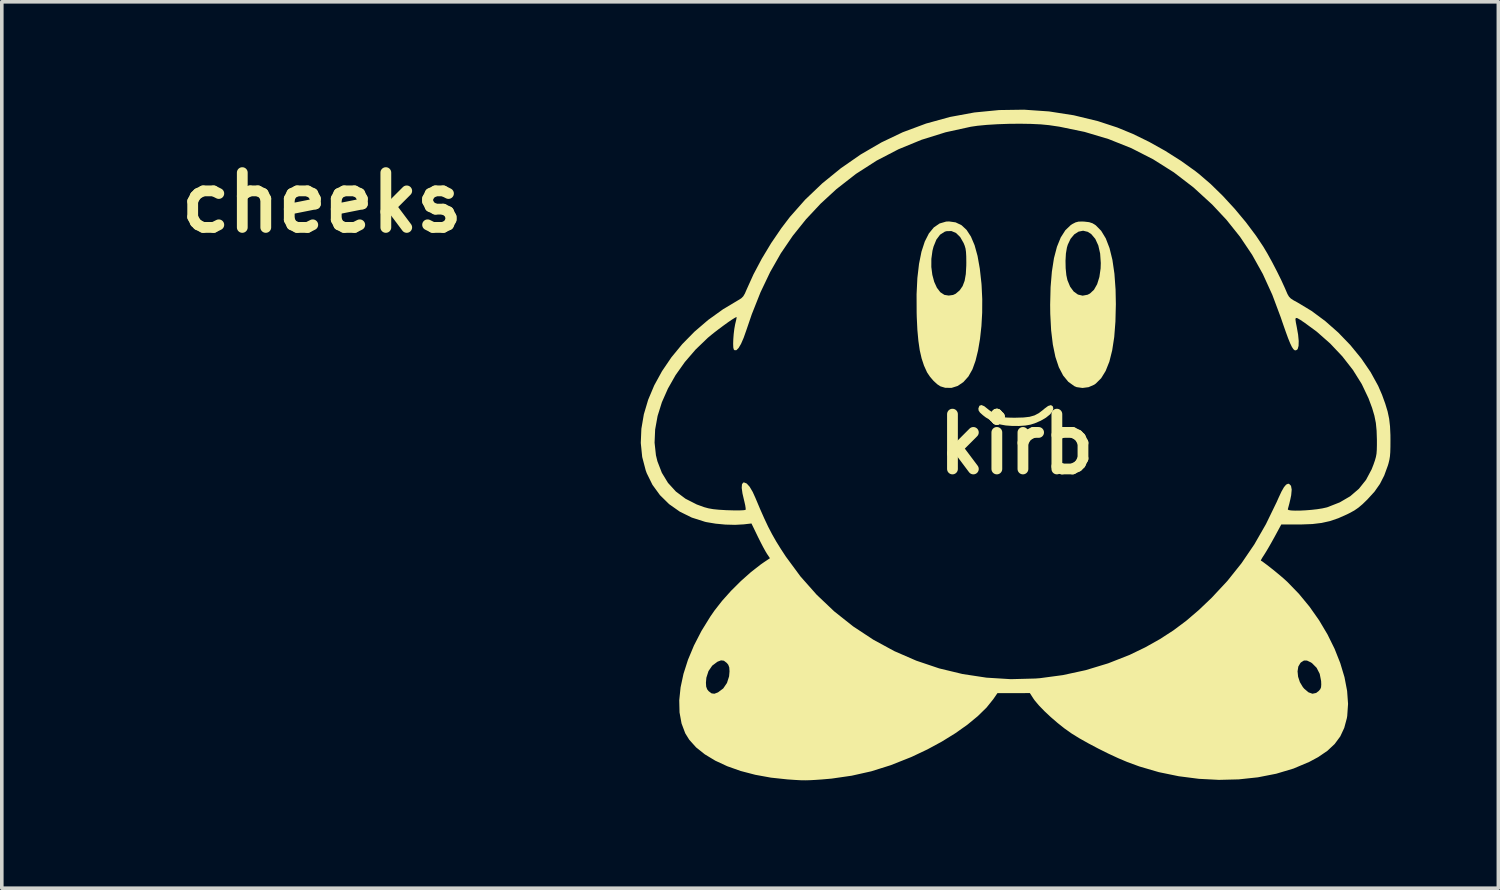
<source format=kicad_pcb>
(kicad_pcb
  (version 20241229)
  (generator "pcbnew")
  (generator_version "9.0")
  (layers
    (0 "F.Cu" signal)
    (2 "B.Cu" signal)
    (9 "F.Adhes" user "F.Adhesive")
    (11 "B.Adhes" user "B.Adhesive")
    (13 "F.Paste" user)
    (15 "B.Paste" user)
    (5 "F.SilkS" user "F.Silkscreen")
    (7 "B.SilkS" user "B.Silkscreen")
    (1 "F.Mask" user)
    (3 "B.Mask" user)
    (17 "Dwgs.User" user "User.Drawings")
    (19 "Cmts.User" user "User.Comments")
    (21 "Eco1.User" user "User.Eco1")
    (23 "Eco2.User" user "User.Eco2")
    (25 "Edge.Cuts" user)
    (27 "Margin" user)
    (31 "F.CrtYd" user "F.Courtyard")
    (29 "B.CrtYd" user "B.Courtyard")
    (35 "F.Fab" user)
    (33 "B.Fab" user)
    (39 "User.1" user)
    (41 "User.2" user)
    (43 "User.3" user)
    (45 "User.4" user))
  (footprint "cheeks"
    (layer "F.Cu")
    (at 5.9 2.584)
    (property "Reference" "cheeks" (at 0 0 0) (layer "F.SilkS") (effects (font (size 1.524 1.524) (thickness 0.3))))
    (attr board_only exclude_from_pos_files exclude_from_bom)
    (fp_poly (pts (xy 4.85 -2.512) (xy 5.143 -2.449) (xy 5.394 -2.345) (xy 5.6 -2.2) (xy 5.662 -2.139) (xy 5.754 -2.025) (xy 5.803 -1.917) (xy 5.817 -1.792) (xy 5.811 -1.686) (xy 5.765 -1.527) (xy 5.663 -1.376) (xy 5.512 -1.24) (xy 5.318 -1.124) (xy 5.114 -1.043) (xy 4.982 -1.014) (xy 4.807 -0.993) (xy 4.611 -0.982) (xy 4.412 -0.98) (xy 4.229 -0.988) (xy 4.081 -1.008) (xy 4.039 -1.017) (xy 3.823 -1.088) (xy 3.65 -1.172) (xy 3.501 -1.279) (xy 3.446 -1.328) (xy 3.317 -1.48) (xy 3.246 -1.636) (xy 3.23 -1.792) (xy 3.266 -1.944) (xy 3.348 -2.087) (xy 3.474 -2.217) (xy 3.64 -2.33) (xy 3.842 -2.423) (xy 4.076 -2.489) (xy 4.34 -2.527) (xy 4.515 -2.534)) (stroke (width 0.1) (type solid)) (fill no) (layer "Eco1.User"))
    (fp_poly (pts (xy -4.46 -2.526) (xy -4.222 -2.509) (xy -4.028 -2.476) (xy -3.857 -2.423) (xy -3.693 -2.345) (xy -3.63 -2.308) (xy -3.454 -2.176) (xy -3.335 -2.029) (xy -3.272 -1.873) (xy -3.261 -1.714) (xy -3.302 -1.556) (xy -3.392 -1.407) (xy -3.528 -1.27) (xy -3.71 -1.151) (xy -3.934 -1.056) (xy -4.123 -1.005) (xy -4.271 -0.984) (xy -4.454 -0.975) (xy -4.651 -0.975) (xy -4.838 -0.986) (xy -4.992 -1.007) (xy -5.021 -1.013) (xy -5.275 -1.095) (xy -5.488 -1.204) (xy -5.657 -1.335) (xy -5.775 -1.486) (xy -5.839 -1.651) (xy -5.85 -1.752) (xy -5.819 -1.93) (xy -5.729 -2.092) (xy -5.578 -2.237) (xy -5.367 -2.366) (xy -5.335 -2.381) (xy -5.156 -2.455) (xy -4.977 -2.502) (xy -4.78 -2.525) (xy -4.546 -2.529)) (stroke (width 0.1) (type solid)) (fill no) (layer "Eco1.User")))
  (footprint "kirb"
    (layer "F.Cu")
    (at 25.211 9.3)
    (property "Reference" "kirb" (at 0 0 0) (layer "F.SilkS") (effects (font (size 1.524 1.524) (thickness 0.3))))
    (attr board_only exclude_from_pos_files exclude_from_bom)
    (fp_poly (pts (xy -0.893 -1.055) (xy -0.833 -1.007) (xy -0.749 -0.94) (xy -0.638 -0.867) (xy -0.563 -0.825) (xy -0.485 -0.787) (xy -0.416 -0.762) (xy -0.34 -0.746) (xy -0.242 -0.739) (xy -0.104 -0.736) (xy -0.016 -0.736) (xy 0.199 -0.742) (xy 0.366 -0.761) (xy 0.503 -0.8) (xy 0.623 -0.863) (xy 0.743 -0.955) (xy 0.778 -0.986) (xy 0.881 -1.062) (xy 0.959 -1.086) (xy 1.008 -1.056) (xy 1.026 -0.998) (xy 1.006 -0.917) (xy 0.935 -0.828) (xy 0.822 -0.737) (xy 0.678 -0.653) (xy 0.512 -0.581) (xy 0.391 -0.543) (xy 0.25 -0.518) (xy 0.072 -0.506) (xy -0.118 -0.507) (xy -0.295 -0.52) (xy -0.436 -0.545) (xy -0.438 -0.545) (xy -0.655 -0.625) (xy -0.854 -0.745) (xy -0.932 -0.805) (xy -1.014 -0.879) (xy -1.052 -0.938) (xy -1.057 -0.996) (xy -1.029 -1.068) (xy -0.972 -1.088)) (stroke (width 0) (type solid)) (fill yes) (layer "F.SilkS"))
    (fp_poly (pts (xy 1.89 -6.188) (xy 2.021 -6.173) (xy 2.116 -6.142) (xy 2.204 -6.087) (xy 2.205 -6.087) (xy 2.357 -5.932) (xy 2.485 -5.721) (xy 2.589 -5.451) (xy 2.669 -5.125) (xy 2.725 -4.74) (xy 2.757 -4.298) (xy 2.765 -3.894) (xy 2.753 -3.408) (xy 2.72 -2.98) (xy 2.663 -2.609) (xy 2.584 -2.294) (xy 2.481 -2.036) (xy 2.356 -1.833) (xy 2.207 -1.685) (xy 2.162 -1.653) (xy 2.006 -1.585) (xy 1.837 -1.563) (xy 1.675 -1.586) (xy 1.611 -1.613) (xy 1.443 -1.734) (xy 1.299 -1.909) (xy 1.179 -2.14) (xy 1.084 -2.426) (xy 1.013 -2.768) (xy 0.965 -3.167) (xy 0.941 -3.623) (xy 0.938 -3.879) (xy 0.95 -4.366) (xy 0.986 -4.797) (xy 1.033 -5.101) (xy 1.365 -5.101) (xy 1.369 -4.893) (xy 1.388 -4.7) (xy 1.418 -4.561) (xy 1.493 -4.38) (xy 1.592 -4.245) (xy 1.71 -4.16) (xy 1.841 -4.129) (xy 1.979 -4.155) (xy 2.045 -4.189) (xy 2.157 -4.294) (xy 2.245 -4.449) (xy 2.307 -4.649) (xy 2.341 -4.886) (xy 2.346 -5.036) (xy 2.328 -5.3) (xy 2.277 -5.525) (xy 2.193 -5.708) (xy 2.08 -5.842) (xy 1.984 -5.904) (xy 1.854 -5.935) (xy 1.726 -5.909) (xy 1.607 -5.832) (xy 1.505 -5.709) (xy 1.428 -5.546) (xy 1.404 -5.466) (xy 1.376 -5.3) (xy 1.365 -5.101) (xy 1.033 -5.101) (xy 1.044 -5.171) (xy 1.127 -5.488) (xy 1.232 -5.747) (xy 1.361 -5.949) (xy 1.513 -6.094) (xy 1.557 -6.122) (xy 1.645 -6.167) (xy 1.727 -6.188) (xy 1.832 -6.191)) (stroke (width 0) (type solid)) (fill yes) (layer "F.SilkS"))
    (fp_poly (pts (xy -1.69 -6.167) (xy -1.527 -6.089) (xy -1.386 -5.958) (xy -1.265 -5.772) (xy -1.163 -5.532) (xy -1.081 -5.235) (xy -1.018 -4.88) (xy -0.972 -4.466) (xy -0.968 -4.411) (xy -0.95 -4.034) (xy -0.952 -3.655) (xy -0.973 -3.283) (xy -1.012 -2.929) (xy -1.067 -2.605) (xy -1.137 -2.319) (xy -1.221 -2.085) (xy -1.221 -2.084) (xy -1.335 -1.882) (xy -1.475 -1.726) (xy -1.633 -1.619) (xy -1.804 -1.565) (xy -1.981 -1.568) (xy -2.111 -1.607) (xy -2.202 -1.666) (xy -2.305 -1.761) (xy -2.403 -1.875) (xy -2.48 -1.989) (xy -2.488 -2.004) (xy -2.57 -2.185) (xy -2.636 -2.385) (xy -2.688 -2.612) (xy -2.726 -2.875) (xy -2.754 -3.18) (xy -2.771 -3.537) (xy -2.774 -3.663) (xy -2.776 -4.168) (xy -2.754 -4.619) (xy -2.718 -4.926) (xy -2.366 -4.926) (xy -2.338 -4.709) (xy -2.286 -4.514) (xy -2.211 -4.349) (xy -2.116 -4.225) (xy -2.004 -4.152) (xy -2.002 -4.151) (xy -1.883 -4.132) (xy -1.761 -4.149) (xy -1.688 -4.183) (xy -1.577 -4.278) (xy -1.496 -4.395) (xy -1.44 -4.542) (xy -1.407 -4.729) (xy -1.394 -4.964) (xy -1.393 -5.052) (xy -1.395 -5.222) (xy -1.402 -5.345) (xy -1.415 -5.439) (xy -1.438 -5.518) (xy -1.468 -5.592) (xy -1.564 -5.759) (xy -1.679 -5.872) (xy -1.807 -5.926) (xy -1.947 -5.922) (xy -1.995 -5.907) (xy -2.122 -5.825) (xy -2.226 -5.687) (xy -2.304 -5.495) (xy -2.334 -5.38) (xy -2.365 -5.153) (xy -2.366 -4.926) (xy -2.718 -4.926) (xy -2.708 -5.013) (xy -2.64 -5.352) (xy -2.548 -5.634) (xy -2.434 -5.859) (xy -2.297 -6.026) (xy -2.137 -6.136) (xy -1.955 -6.189) (xy -1.874 -6.193)) (stroke (width 0) (type solid)) (fill yes) (layer "F.SilkS"))
    (fp_poly (pts (xy 0.906 -9.252) (xy 1.593 -9.145) (xy 2.269 -8.981) (xy 2.804 -8.805) (xy 3.237 -8.627) (xy 3.688 -8.407) (xy 4.139 -8.155) (xy 4.573 -7.88) (xy 4.974 -7.593) (xy 5.067 -7.52) (xy 5.397 -7.237) (xy 5.733 -6.909) (xy 6.065 -6.549) (xy 6.379 -6.173) (xy 6.663 -5.794) (xy 6.864 -5.493) (xy 6.981 -5.296) (xy 7.11 -5.062) (xy 7.24 -4.812) (xy 7.362 -4.565) (xy 7.463 -4.344) (xy 7.492 -4.277) (xy 7.537 -4.173) (xy 7.578 -4.103) (xy 7.629 -4.05) (xy 7.707 -3.999) (xy 7.817 -3.939) (xy 8.207 -3.704) (xy 8.586 -3.423) (xy 8.947 -3.105) (xy 9.283 -2.757) (xy 9.585 -2.388) (xy 9.846 -2.007) (xy 10.058 -1.622) (xy 10.166 -1.373) (xy 10.256 -1.124) (xy 10.321 -0.909) (xy 10.364 -0.706) (xy 10.388 -0.495) (xy 10.399 -0.254) (xy 10.4 -0.125) (xy 10.399 0.071) (xy 10.395 0.22) (xy 10.386 0.337) (xy 10.37 0.435) (xy 10.347 0.53) (xy 10.328 0.594) (xy 10.227 0.871) (xy 10.107 1.106) (xy 9.956 1.321) (xy 9.759 1.537) (xy 9.758 1.538) (xy 9.623 1.669) (xy 9.508 1.766) (xy 9.395 1.844) (xy 9.263 1.916) (xy 9.193 1.951) (xy 8.95 2.059) (xy 8.719 2.138) (xy 8.485 2.19) (xy 8.229 2.221) (xy 7.934 2.232) (xy 7.851 2.232) (xy 7.365 2.232) (xy 7.183 2.568) (xy 7.1 2.718) (xy 7.016 2.865) (xy 6.941 2.992) (xy 6.894 3.067) (xy 6.839 3.152) (xy 6.804 3.213) (xy 6.795 3.235) (xy 6.86 3.278) (xy 6.961 3.353) (xy 7.083 3.448) (xy 7.216 3.555) (xy 7.346 3.663) (xy 7.461 3.763) (xy 7.531 3.827) (xy 7.854 4.16) (xy 8.15 4.519) (xy 8.416 4.897) (xy 8.649 5.289) (xy 8.846 5.688) (xy 9.004 6.086) (xy 9.122 6.479) (xy 9.195 6.86) (xy 9.221 7.221) (xy 9.198 7.557) (xy 9.187 7.621) (xy 9.115 7.889) (xy 9.005 8.125) (xy 8.85 8.335) (xy 8.648 8.525) (xy 8.392 8.7) (xy 8.143 8.834) (xy 7.703 9.02) (xy 7.224 9.163) (xy 6.714 9.263) (xy 6.181 9.32) (xy 5.632 9.334) (xy 5.073 9.305) (xy 4.514 9.233) (xy 3.959 9.119) (xy 3.419 8.961) (xy 3.081 8.837) (xy 2.831 8.731) (xy 2.557 8.604) (xy 2.274 8.463) (xy 2 8.318) (xy 1.749 8.177) (xy 1.54 8.048) (xy 1.518 8.033) (xy 1.335 7.903) (xy 1.144 7.751) (xy 0.955 7.588) (xy 0.779 7.423) (xy 0.628 7.267) (xy 0.512 7.13) (xy 0.471 7.072) (xy 0.374 6.921) (xy -0.077 6.922) (xy -0.528 6.923) (xy -0.643 7.09) (xy -0.83 7.323) (xy -1.073 7.561) (xy -1.364 7.801) (xy -1.699 8.038) (xy -2.071 8.268) (xy -2.473 8.486) (xy -2.899 8.688) (xy -2.941 8.706) (xy -3.495 8.926) (xy -4.036 9.096) (xy -4.58 9.218) (xy -5.141 9.299) (xy -5.406 9.322) (xy -5.593 9.335) (xy -5.741 9.343) (xy -5.87 9.346) (xy -5.999 9.344) (xy -6.148 9.336) (xy -6.337 9.323) (xy -6.366 9.321) (xy -6.825 9.272) (xy -7.26 9.193) (xy -7.666 9.087) (xy -8.039 8.955) (xy -8.373 8.8) (xy -8.664 8.624) (xy -8.907 8.43) (xy -9.097 8.218) (xy -9.208 8.039) (xy -9.311 7.765) (xy -9.367 7.458) (xy -9.375 7.122) (xy -9.338 6.763) (xy -9.31 6.632) (xy -8.633 6.632) (xy -8.626 6.742) (xy -8.598 6.817) (xy -8.557 6.868) (xy -8.477 6.929) (xy -8.397 6.939) (xy -8.297 6.901) (xy -8.296 6.9) (xy -8.152 6.792) (xy -8.048 6.64) (xy -7.989 6.456) (xy -7.977 6.318) (xy -7.984 6.208) (xy -8.012 6.133) (xy -8.053 6.083) (xy -8.133 6.021) (xy -8.213 6.011) (xy -8.313 6.049) (xy -8.314 6.05) (xy -8.458 6.158) (xy -8.562 6.31) (xy -8.621 6.494) (xy -8.633 6.632) (xy -9.31 6.632) (xy -9.257 6.386) (xy -9.132 5.995) (xy -8.965 5.596) (xy -8.758 5.194) (xy -8.511 4.794) (xy -8.392 4.622) (xy -8.181 4.353) (xy -7.932 4.075) (xy -7.66 3.805) (xy -7.38 3.556) (xy -7.108 3.344) (xy -7.016 3.28) (xy -6.853 3.171) (xy -6.934 3.051) (xy -6.979 2.976) (xy -7.043 2.86) (xy -7.116 2.719) (xy -7.191 2.569) (xy -7.191 2.568) (xy -7.367 2.205) (xy -7.586 2.23) (xy -7.822 2.243) (xy -8.091 2.236) (xy -8.364 2.21) (xy -8.615 2.168) (xy -8.659 2.158) (xy -9.026 2.041) (xy -9.36 1.876) (xy -9.657 1.667) (xy -9.911 1.417) (xy -10.12 1.13) (xy -10.278 0.809) (xy -10.307 0.73) (xy -10.405 0.356) (xy -10.444 -0.031) (xy -10.444 -0.042) (xy -10.061 -0.042) (xy -10.023 0.308) (xy -9.982 0.476) (xy -9.859 0.795) (xy -9.688 1.076) (xy -9.468 1.317) (xy -9.201 1.517) (xy -8.887 1.677) (xy -8.68 1.752) (xy -8.562 1.784) (xy -8.431 1.807) (xy -8.272 1.823) (xy -8.07 1.835) (xy -8.004 1.837) (xy -7.827 1.842) (xy -7.683 1.841) (xy -7.582 1.836) (xy -7.532 1.827) (xy -7.529 1.825) (xy -7.528 1.782) (xy -7.541 1.697) (xy -7.566 1.587) (xy -7.569 1.576) (xy -7.617 1.369) (xy -7.638 1.216) (xy -7.631 1.117) (xy -7.598 1.069) (xy -7.573 1.064) (xy -7.499 1.094) (xy -7.418 1.183) (xy -7.333 1.327) (xy -7.258 1.492) (xy -7.127 1.803) (xy -7.01 2.067) (xy -6.901 2.298) (xy -6.791 2.509) (xy -6.676 2.711) (xy -6.547 2.918) (xy -6.411 3.126) (xy -6.004 3.678) (xy -5.554 4.186) (xy -5.065 4.65) (xy -4.539 5.067) (xy -3.981 5.435) (xy -3.395 5.754) (xy -2.783 6.02) (xy -2.149 6.234) (xy -1.498 6.391) (xy -0.832 6.492) (xy -0.156 6.534) (xy 0.528 6.516) (xy 0.657 6.506) (xy 1.291 6.421) (xy 1.776 6.316) (xy 7.817 6.316) (xy 7.832 6.466) (xy 7.882 6.617) (xy 7.964 6.754) (xy 8.002 6.799) (xy 8.121 6.9) (xy 8.231 6.939) (xy 8.334 6.917) (xy 8.404 6.864) (xy 8.448 6.813) (xy 8.47 6.76) (xy 8.476 6.684) (xy 8.472 6.586) (xy 8.433 6.386) (xy 8.347 6.218) (xy 8.219 6.089) (xy 8.186 6.067) (xy 8.08 6.017) (xy 7.996 6.015) (xy 7.916 6.065) (xy 7.897 6.083) (xy 7.838 6.183) (xy 7.817 6.316) (xy 1.776 6.316) (xy 1.927 6.283) (xy 2.55 6.094) (xy 3.147 5.859) (xy 3.582 5.649) (xy 3.99 5.42) (xy 4.364 5.178) (xy 4.72 4.912) (xy 5.071 4.612) (xy 5.429 4.271) (xy 5.865 3.803) (xy 6.258 3.311) (xy 6.614 2.788) (xy 6.938 2.223) (xy 7.237 1.608) (xy 7.286 1.497) (xy 7.369 1.319) (xy 7.439 1.196) (xy 7.499 1.125) (xy 7.554 1.1) (xy 7.583 1.105) (xy 7.635 1.158) (xy 7.654 1.263) (xy 7.64 1.419) (xy 7.617 1.53) (xy 7.589 1.649) (xy 7.563 1.747) (xy 7.547 1.806) (xy 7.545 1.811) (xy 7.565 1.831) (xy 7.636 1.843) (xy 7.747 1.848) (xy 7.886 1.847) (xy 8.043 1.839) (xy 8.206 1.826) (xy 8.365 1.808) (xy 8.509 1.785) (xy 8.625 1.759) (xy 8.649 1.752) (xy 8.99 1.618) (xy 9.281 1.448) (xy 9.523 1.24) (xy 9.721 0.992) (xy 9.876 0.701) (xy 9.928 0.568) (xy 9.968 0.453) (xy 9.995 0.358) (xy 10.012 0.267) (xy 10.02 0.161) (xy 10.023 0.025) (xy 10.023 -0.125) (xy 10.015 -0.374) (xy 9.994 -0.59) (xy 9.953 -0.794) (xy 9.89 -1.007) (xy 9.799 -1.251) (xy 9.791 -1.273) (xy 9.602 -1.671) (xy 9.357 -2.063) (xy 9.062 -2.441) (xy 8.725 -2.798) (xy 8.352 -3.127) (xy 8.016 -3.374) (xy 7.891 -3.458) (xy 7.811 -3.504) (xy 7.769 -3.51) (xy 7.758 -3.471) (xy 7.77 -3.383) (xy 7.794 -3.262) (xy 7.832 -3.047) (xy 7.849 -2.868) (xy 7.845 -2.733) (xy 7.821 -2.647) (xy 7.806 -2.629) (xy 7.771 -2.609) (xy 7.737 -2.611) (xy 7.7 -2.642) (xy 7.659 -2.705) (xy 7.611 -2.805) (xy 7.553 -2.948) (xy 7.484 -3.138) (xy 7.399 -3.381) (xy 7.35 -3.525) (xy 7.115 -4.153) (xy 6.851 -4.732) (xy 6.553 -5.267) (xy 6.217 -5.767) (xy 5.839 -6.24) (xy 5.443 -6.663) (xy 4.925 -7.137) (xy 4.378 -7.557) (xy 3.801 -7.921) (xy 3.196 -8.23) (xy 2.56 -8.484) (xy 1.894 -8.683) (xy 1.198 -8.827) (xy 0.907 -8.87) (xy 0.679 -8.892) (xy 0.406 -8.905) (xy 0.104 -8.91) (xy -0.212 -8.907) (xy -0.525 -8.896) (xy -0.821 -8.878) (xy -1.083 -8.853) (xy -1.267 -8.826) (xy -1.969 -8.672) (xy -2.639 -8.463) (xy -3.279 -8.2) (xy -3.887 -7.884) (xy -4.463 -7.514) (xy -5.005 -7.091) (xy -5.443 -6.688) (xy -5.852 -6.251) (xy -6.219 -5.793) (xy -6.55 -5.307) (xy -6.847 -4.786) (xy -7.115 -4.224) (xy -7.358 -3.612) (xy -7.507 -3.175) (xy -7.584 -2.957) (xy -7.657 -2.789) (xy -7.725 -2.674) (xy -7.785 -2.614) (xy -7.836 -2.612) (xy -7.859 -2.634) (xy -7.872 -2.688) (xy -7.876 -2.788) (xy -7.872 -2.918) (xy -7.861 -3.062) (xy -7.844 -3.203) (xy -7.822 -3.327) (xy -7.812 -3.371) (xy -7.79 -3.461) (xy -7.78 -3.52) (xy -7.782 -3.535) (xy -7.824 -3.516) (xy -7.904 -3.467) (xy -8.013 -3.393) (xy -8.139 -3.302) (xy -8.273 -3.203) (xy -8.404 -3.102) (xy -8.522 -3.007) (xy -8.581 -2.957) (xy -8.92 -2.631) (xy -9.219 -2.284) (xy -9.477 -1.92) (xy -9.69 -1.545) (xy -9.858 -1.165) (xy -9.977 -0.784) (xy -10.045 -0.408) (xy -10.061 -0.042) (xy -10.444 -0.042) (xy -10.428 -0.428) (xy -10.359 -0.831) (xy -10.239 -1.235) (xy -10.07 -1.636) (xy -9.854 -2.03) (xy -9.594 -2.413) (xy -9.292 -2.781) (xy -8.95 -3.129) (xy -8.571 -3.454) (xy -8.156 -3.752) (xy -7.729 -4.007) (xy -7.652 -4.055) (xy -7.597 -4.109) (xy -7.55 -4.188) (xy -7.501 -4.301) (xy -7.311 -4.721) (xy -7.08 -5.157) (xy -6.818 -5.592) (xy -6.535 -6.007) (xy -6.298 -6.318) (xy -5.873 -6.799) (xy -5.397 -7.253) (xy -4.879 -7.674) (xy -4.328 -8.056) (xy -3.752 -8.391) (xy -3.161 -8.673) (xy -3.156 -8.675) (xy -2.511 -8.915) (xy -1.847 -9.098) (xy -1.168 -9.223) (xy -0.48 -9.29) (xy 0.214 -9.3)) (stroke (width 0) (type solid)) (fill yes) (layer "F.SilkS")))
  (gr_rect
    (start -3 -3)
    (end 38.611 21.646)
    (stroke (width 0.1) (type default))
    (fill no)
    (layer "Edge.Cuts")))
</source>
